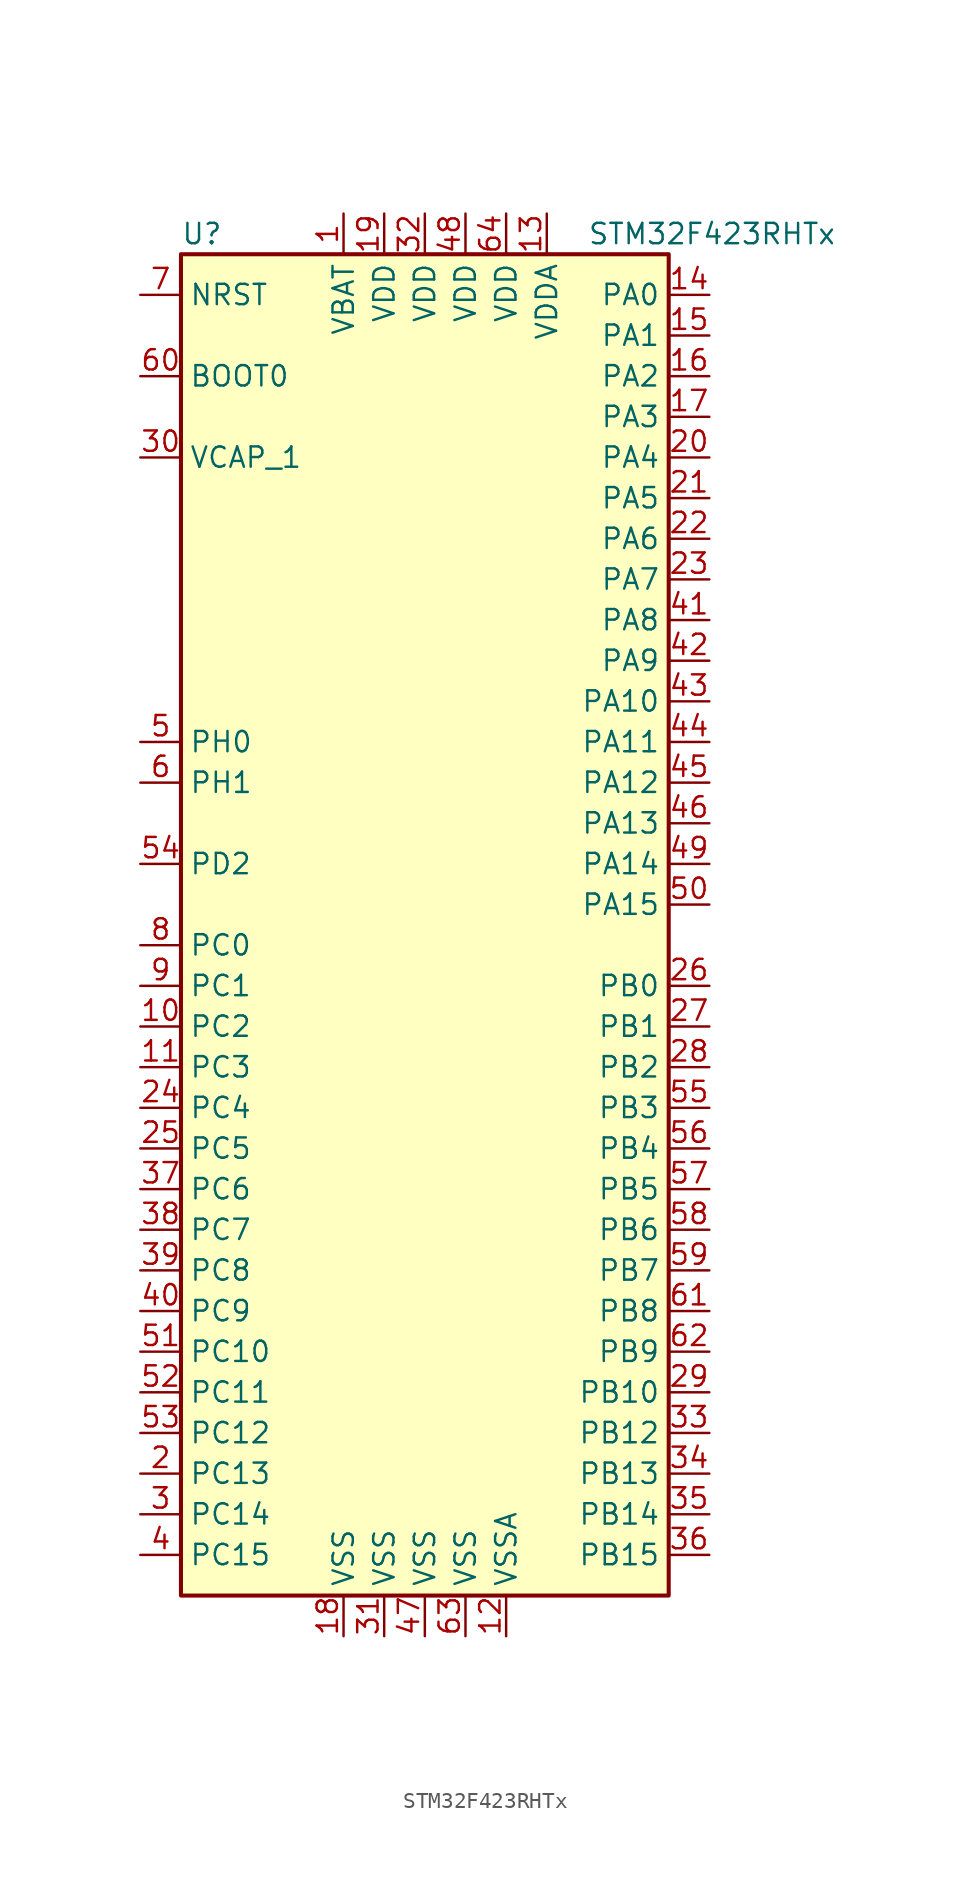
<source format=kicad_sym>
(kicad_symbol_lib
  (version 20220914)
  (generator kicad_symbol_editor)
  (symbol "STM32F423RHTx"
    (property "Reference" "U"
      (at -15.24 41.91 0)
      (effects (font (size 1.27 1.27)) (justify left)))
    (property "Value" "STM32F423RHTx"
      (at 10.16 41.91 0)
      (effects (font (size 1.27 1.27)) (justify left)))
    (symbol "STM32F423RHTx_0_1"
      (rectangle (start -15.24 -43.18) (end 15.24 40.64) (stroke (width 0.254) (type default)) (fill (type background))))
    (symbol "STM32F423RHTx_1_1"
      (pin power_in line (at -5.08 43.18 270) (length 2.54) (name "VBAT" (effects (font (size 1.27 1.27)))) (number "1" (effects (font (size 1.27 1.27)))))
      (pin bidirectional line (at -17.78 -7.62 0) (length 2.54) (name "PC2" (effects (font (size 1.27 1.27)))) (number "10" (effects (font (size 1.27 1.27)))))
      (pin bidirectional line (at -17.78 -10.16 0) (length 2.54) (name "PC3" (effects (font (size 1.27 1.27)))) (number "11" (effects (font (size 1.27 1.27)))))
      (pin power_in line (at 5.08 -45.72 90) (length 2.54) (name "VSSA" (effects (font (size 1.27 1.27)))) (number "12" (effects (font (size 1.27 1.27)))))
      (pin power_in line (at 7.62 43.18 270) (length 2.54) (name "VDDA" (effects (font (size 1.27 1.27)))) (number "13" (effects (font (size 1.27 1.27)))))
      (pin bidirectional line (at 17.78 38.1 180) (length 2.54) (name "PA0" (effects (font (size 1.27 1.27)))) (number "14" (effects (font (size 1.27 1.27)))))
      (pin bidirectional line (at 17.78 35.56 180) (length 2.54) (name "PA1" (effects (font (size 1.27 1.27)))) (number "15" (effects (font (size 1.27 1.27)))))
      (pin bidirectional line (at 17.78 33.02 180) (length 2.54) (name "PA2" (effects (font (size 1.27 1.27)))) (number "16" (effects (font (size 1.27 1.27)))))
      (pin bidirectional line (at 17.78 30.48 180) (length 2.54) (name "PA3" (effects (font (size 1.27 1.27)))) (number "17" (effects (font (size 1.27 1.27)))))
      (pin power_in line (at -5.08 -45.72 90) (length 2.54) (name "VSS" (effects (font (size 1.27 1.27)))) (number "18" (effects (font (size 1.27 1.27)))))
      (pin power_in line (at -2.54 43.18 270) (length 2.54) (name "VDD" (effects (font (size 1.27 1.27)))) (number "19" (effects (font (size 1.27 1.27)))))
      (pin bidirectional line (at -17.78 -35.56 0) (length 2.54) (name "PC13" (effects (font (size 1.27 1.27)))) (number "2" (effects (font (size 1.27 1.27)))))
      (pin bidirectional line (at 17.78 27.94 180) (length 2.54) (name "PA4" (effects (font (size 1.27 1.27)))) (number "20" (effects (font (size 1.27 1.27)))))
      (pin bidirectional line (at 17.78 25.4 180) (length 2.54) (name "PA5" (effects (font (size 1.27 1.27)))) (number "21" (effects (font (size 1.27 1.27)))))
      (pin bidirectional line (at 17.78 22.86 180) (length 2.54) (name "PA6" (effects (font (size 1.27 1.27)))) (number "22" (effects (font (size 1.27 1.27)))))
      (pin bidirectional line (at 17.78 20.32 180) (length 2.54) (name "PA7" (effects (font (size 1.27 1.27)))) (number "23" (effects (font (size 1.27 1.27)))))
      (pin bidirectional line (at -17.78 -12.7 0) (length 2.54) (name "PC4" (effects (font (size 1.27 1.27)))) (number "24" (effects (font (size 1.27 1.27)))))
      (pin bidirectional line (at -17.78 -15.24 0) (length 2.54) (name "PC5" (effects (font (size 1.27 1.27)))) (number "25" (effects (font (size 1.27 1.27)))))
      (pin bidirectional line (at 17.78 -5.08 180) (length 2.54) (name "PB0" (effects (font (size 1.27 1.27)))) (number "26" (effects (font (size 1.27 1.27)))))
      (pin bidirectional line (at 17.78 -7.62 180) (length 2.54) (name "PB1" (effects (font (size 1.27 1.27)))) (number "27" (effects (font (size 1.27 1.27)))))
      (pin bidirectional line (at 17.78 -10.16 180) (length 2.54) (name "PB2" (effects (font (size 1.27 1.27)))) (number "28" (effects (font (size 1.27 1.27)))))
      (pin bidirectional line (at 17.78 -30.48 180) (length 2.54) (name "PB10" (effects (font (size 1.27 1.27)))) (number "29" (effects (font (size 1.27 1.27)))))
      (pin bidirectional line (at -17.78 -38.1 0) (length 2.54) (name "PC14" (effects (font (size 1.27 1.27)))) (number "3" (effects (font (size 1.27 1.27)))))
      (pin power_in line (at -17.78 27.94 0) (length 2.54) (name "VCAP_1" (effects (font (size 1.27 1.27)))) (number "30" (effects (font (size 1.27 1.27)))))
      (pin power_in line (at -2.54 -45.72 90) (length 2.54) (name "VSS" (effects (font (size 1.27 1.27)))) (number "31" (effects (font (size 1.27 1.27)))))
      (pin power_in line (at 0 43.18 270) (length 2.54) (name "VDD" (effects (font (size 1.27 1.27)))) (number "32" (effects (font (size 1.27 1.27)))))
      (pin bidirectional line (at 17.78 -33.02 180) (length 2.54) (name "PB12" (effects (font (size 1.27 1.27)))) (number "33" (effects (font (size 1.27 1.27)))))
      (pin bidirectional line (at 17.78 -35.56 180) (length 2.54) (name "PB13" (effects (font (size 1.27 1.27)))) (number "34" (effects (font (size 1.27 1.27)))))
      (pin bidirectional line (at 17.78 -38.1 180) (length 2.54) (name "PB14" (effects (font (size 1.27 1.27)))) (number "35" (effects (font (size 1.27 1.27)))))
      (pin bidirectional line (at 17.78 -40.64 180) (length 2.54) (name "PB15" (effects (font (size 1.27 1.27)))) (number "36" (effects (font (size 1.27 1.27)))))
      (pin bidirectional line (at -17.78 -17.78 0) (length 2.54) (name "PC6" (effects (font (size 1.27 1.27)))) (number "37" (effects (font (size 1.27 1.27)))))
      (pin bidirectional line (at -17.78 -20.32 0) (length 2.54) (name "PC7" (effects (font (size 1.27 1.27)))) (number "38" (effects (font (size 1.27 1.27)))))
      (pin bidirectional line (at -17.78 -22.86 0) (length 2.54) (name "PC8" (effects (font (size 1.27 1.27)))) (number "39" (effects (font (size 1.27 1.27)))))
      (pin bidirectional line (at -17.78 -40.64 0) (length 2.54) (name "PC15" (effects (font (size 1.27 1.27)))) (number "4" (effects (font (size 1.27 1.27)))))
      (pin bidirectional line (at -17.78 -25.4 0) (length 2.54) (name "PC9" (effects (font (size 1.27 1.27)))) (number "40" (effects (font (size 1.27 1.27)))))
      (pin bidirectional line (at 17.78 17.78 180) (length 2.54) (name "PA8" (effects (font (size 1.27 1.27)))) (number "41" (effects (font (size 1.27 1.27)))))
      (pin bidirectional line (at 17.78 15.24 180) (length 2.54) (name "PA9" (effects (font (size 1.27 1.27)))) (number "42" (effects (font (size 1.27 1.27)))))
      (pin bidirectional line (at 17.78 12.7 180) (length 2.54) (name "PA10" (effects (font (size 1.27 1.27)))) (number "43" (effects (font (size 1.27 1.27)))))
      (pin bidirectional line (at 17.78 10.16 180) (length 2.54) (name "PA11" (effects (font (size 1.27 1.27)))) (number "44" (effects (font (size 1.27 1.27)))))
      (pin bidirectional line (at 17.78 7.62 180) (length 2.54) (name "PA12" (effects (font (size 1.27 1.27)))) (number "45" (effects (font (size 1.27 1.27)))))
      (pin bidirectional line (at 17.78 5.08 180) (length 2.54) (name "PA13" (effects (font (size 1.27 1.27)))) (number "46" (effects (font (size 1.27 1.27)))))
      (pin power_in line (at 0 -45.72 90) (length 2.54) (name "VSS" (effects (font (size 1.27 1.27)))) (number "47" (effects (font (size 1.27 1.27)))))
      (pin power_in line (at 2.54 43.18 270) (length 2.54) (name "VDD" (effects (font (size 1.27 1.27)))) (number "48" (effects (font (size 1.27 1.27)))))
      (pin bidirectional line (at 17.78 2.54 180) (length 2.54) (name "PA14" (effects (font (size 1.27 1.27)))) (number "49" (effects (font (size 1.27 1.27)))))
      (pin input line (at -17.78 10.16 0) (length 2.54) (name "PH0" (effects (font (size 1.27 1.27)))) (number "5" (effects (font (size 1.27 1.27)))))
      (pin bidirectional line (at 17.78 0 180) (length 2.54) (name "PA15" (effects (font (size 1.27 1.27)))) (number "50" (effects (font (size 1.27 1.27)))))
      (pin bidirectional line (at -17.78 -27.94 0) (length 2.54) (name "PC10" (effects (font (size 1.27 1.27)))) (number "51" (effects (font (size 1.27 1.27)))))
      (pin bidirectional line (at -17.78 -30.48 0) (length 2.54) (name "PC11" (effects (font (size 1.27 1.27)))) (number "52" (effects (font (size 1.27 1.27)))))
      (pin bidirectional line (at -17.78 -33.02 0) (length 2.54) (name "PC12" (effects (font (size 1.27 1.27)))) (number "53" (effects (font (size 1.27 1.27)))))
      (pin bidirectional line (at -17.78 2.54 0) (length 2.54) (name "PD2" (effects (font (size 1.27 1.27)))) (number "54" (effects (font (size 1.27 1.27)))))
      (pin bidirectional line (at 17.78 -12.7 180) (length 2.54) (name "PB3" (effects (font (size 1.27 1.27)))) (number "55" (effects (font (size 1.27 1.27)))))
      (pin bidirectional line (at 17.78 -15.24 180) (length 2.54) (name "PB4" (effects (font (size 1.27 1.27)))) (number "56" (effects (font (size 1.27 1.27)))))
      (pin bidirectional line (at 17.78 -17.78 180) (length 2.54) (name "PB5" (effects (font (size 1.27 1.27)))) (number "57" (effects (font (size 1.27 1.27)))))
      (pin bidirectional line (at 17.78 -20.32 180) (length 2.54) (name "PB6" (effects (font (size 1.27 1.27)))) (number "58" (effects (font (size 1.27 1.27)))))
      (pin bidirectional line (at 17.78 -22.86 180) (length 2.54) (name "PB7" (effects (font (size 1.27 1.27)))) (number "59" (effects (font (size 1.27 1.27)))))
      (pin input line (at -17.78 7.62 0) (length 2.54) (name "PH1" (effects (font (size 1.27 1.27)))) (number "6" (effects (font (size 1.27 1.27)))))
      (pin input line (at -17.78 33.02 0) (length 2.54) (name "BOOT0" (effects (font (size 1.27 1.27)))) (number "60" (effects (font (size 1.27 1.27)))))
      (pin bidirectional line (at 17.78 -25.4 180) (length 2.54) (name "PB8" (effects (font (size 1.27 1.27)))) (number "61" (effects (font (size 1.27 1.27)))))
      (pin bidirectional line (at 17.78 -27.94 180) (length 2.54) (name "PB9" (effects (font (size 1.27 1.27)))) (number "62" (effects (font (size 1.27 1.27)))))
      (pin power_in line (at 2.54 -45.72 90) (length 2.54) (name "VSS" (effects (font (size 1.27 1.27)))) (number "63" (effects (font (size 1.27 1.27)))))
      (pin power_in line (at 5.08 43.18 270) (length 2.54) (name "VDD" (effects (font (size 1.27 1.27)))) (number "64" (effects (font (size 1.27 1.27)))))
      (pin input line (at -17.78 38.1 0) (length 2.54) (name "NRST" (effects (font (size 1.27 1.27)))) (number "7" (effects (font (size 1.27 1.27)))))
      (pin bidirectional line (at -17.78 -2.54 0) (length 2.54) (name "PC0" (effects (font (size 1.27 1.27)))) (number "8" (effects (font (size 1.27 1.27)))))
      (pin bidirectional line (at -17.78 -5.08 0) (length 2.54) (name "PC1" (effects (font (size 1.27 1.27)))) (number "9" (effects (font (size 1.27 1.27))))))))
</source>
